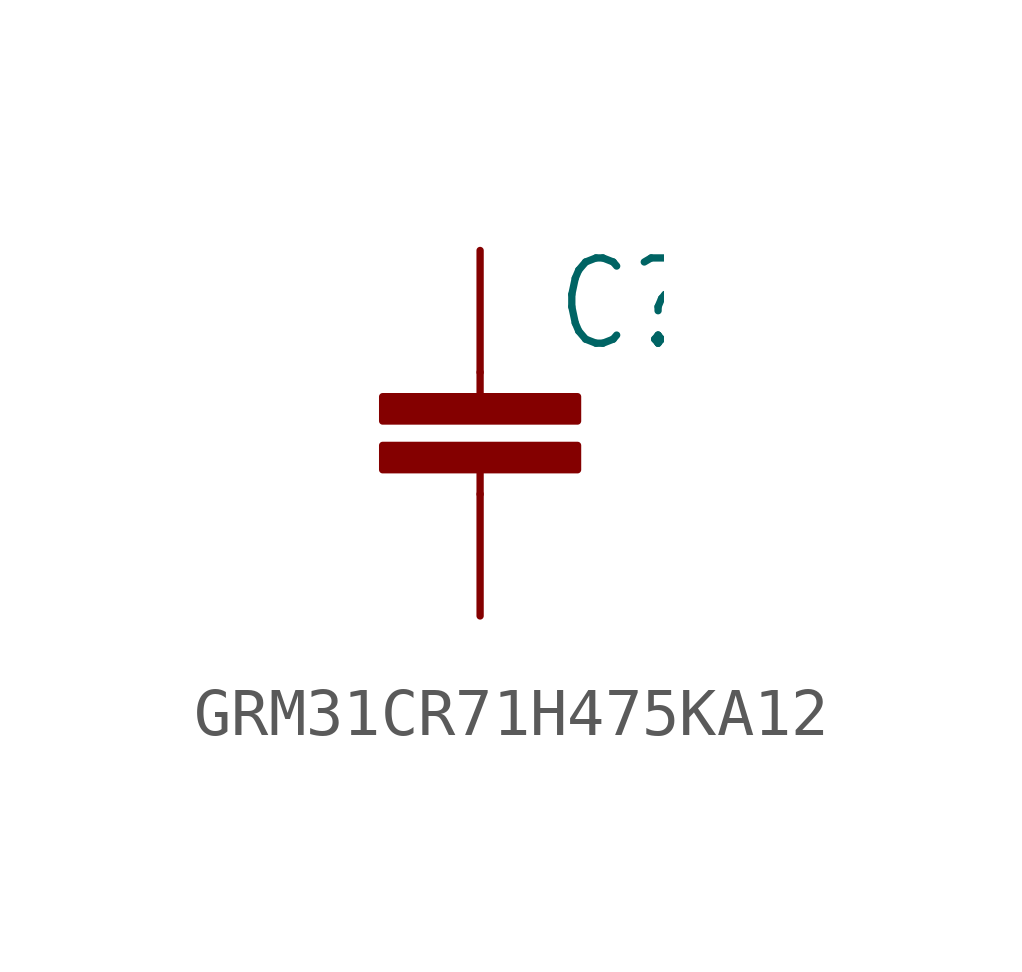
<source format=kicad_sym>
(kicad_symbol_lib
  (version 20220914)
  (generator kicad_symbol_editor)
  (symbol "GRM31CR71H475KA12"
    (property "Reference" "C"
      (at 1.524 0.381 0)
      (effects (font (size 1.778 1.511)) (justify left bottom)))
    (property "Value" ""
      (at 1.524 -4.699 0)
      (effects (font (size 1.778 1.511)) (justify left bottom)))
    (property "ki_locked" ""
      (at 0 0 0)
      (effects (font (size 1.27 1.27))))
    (symbol "GRM31CR71H475KA12_1_0"
      (rectangle (start -2.032 -2.032) (end 2.032 -1.524) (stroke (width 0) (type default)) (fill (type outline)))
      (rectangle (start -2.032 -1.016) (end 2.032 -0.508) (stroke (width 0) (type default)) (fill (type outline)))
      (polyline (pts (xy 0 -2.54) (xy 0 -2.032)) (stroke (width 0.152) (type solid)) (fill (type none)))
      (polyline (pts (xy 0 0) (xy 0 -0.508)) (stroke (width 0.152) (type solid)) (fill (type none)))
      (pin passive line (at 0 2.54 270) (length 2.54) (name "1" (effects (font (size 0 0)))) (number "1" (effects (font (size 0 0)))))
      (pin passive line (at 0 -5.08 90) (length 2.54) (name "2" (effects (font (size 0 0)))) (number "2" (effects (font (size 0 0))))))))
</source>
